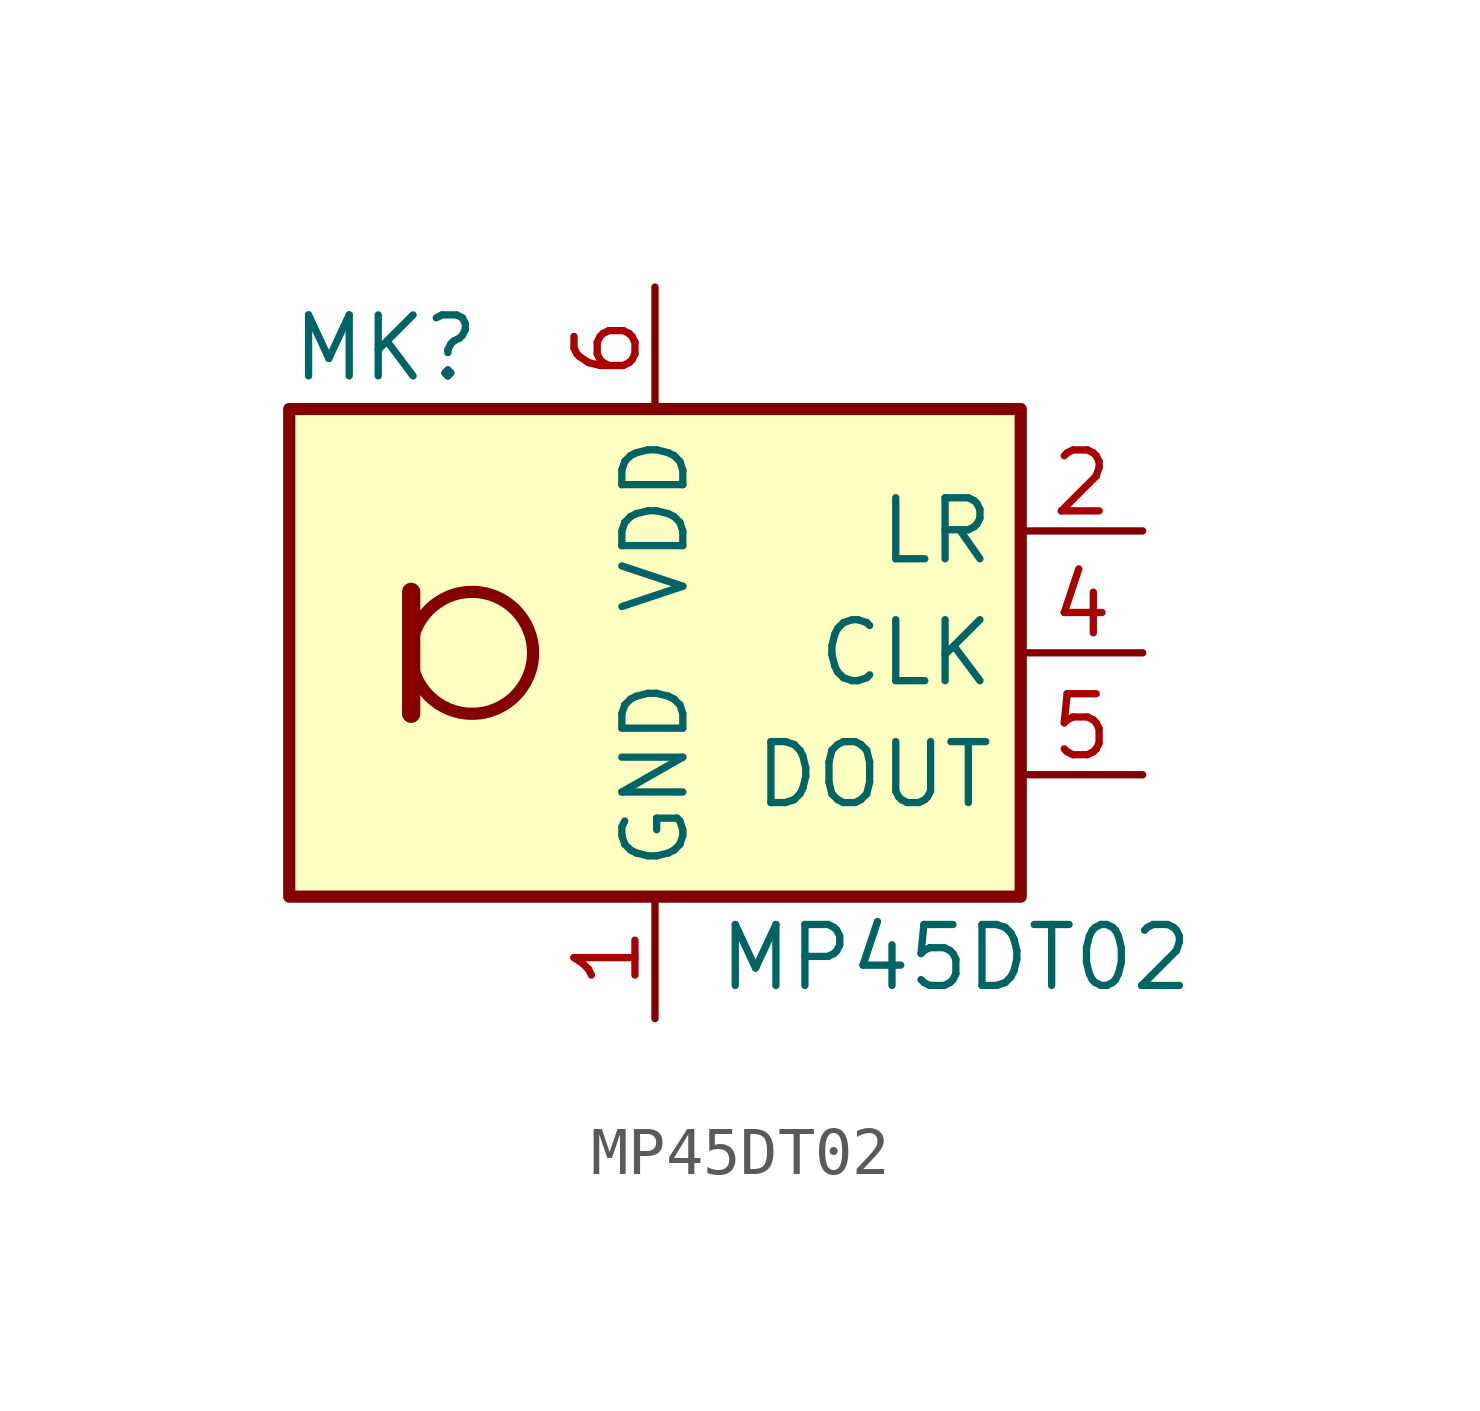
<source format=kicad_sym>
(kicad_symbol_lib
  (version 20201005)
  (generator kicad_symbol_editor)
  (symbol "MP45DT02"
    (property "Reference" "MK"
      (at -7.62 6.35 0)
      (effects (font (size 1.27 1.27)) (justify left)))
    (property "Value" "MP45DT02"
      (at 1.27 -6.35 0)
      (effects (font (size 1.27 1.27)) (justify left)))
    (symbol "MP45DT02_0_1"
      (circle (center -3.81 0) (radius 1.27) (stroke (width 0.254)) (fill (type none)))
      (rectangle (start -7.62 5.08) (end 7.62 -5.08) (stroke (width 0.254)) (fill (type background)))
      (polyline (pts (xy -5.08 1.27) (xy -5.08 -1.27)) (stroke (width 0.381)) (fill (type none))))
    (symbol "MP45DT02_1_1"
      (pin power_in line (at 0 -7.62 90) (length 2.54) (name "GND" (effects (font (size 1.27 1.27)))) (number "1" (effects (font (size 1.27 1.27)))))
      (pin input line (at 10.16 2.54 180) (length 2.54) (name "LR" (effects (font (size 1.27 1.27)))) (number "2" (effects (font (size 1.27 1.27)))))
      (pin passive line (at 0 -7.62 90) (length 2.54) hide (name "GND" (effects (font (size 1.27 1.27)))) (number "3" (effects (font (size 1.27 1.27)))))
      (pin input line (at 10.16 0 180) (length 2.54) (name "CLK" (effects (font (size 1.27 1.27)))) (number "4" (effects (font (size 1.27 1.27)))))
      (pin output line (at 10.16 -2.54 180) (length 2.54) (name "DOUT" (effects (font (size 1.27 1.27)))) (number "5" (effects (font (size 1.27 1.27)))))
      (pin power_in line (at 0 7.62 270) (length 2.54) (name "VDD" (effects (font (size 1.27 1.27)))) (number "6" (effects (font (size 1.27 1.27))))))))
</source>
